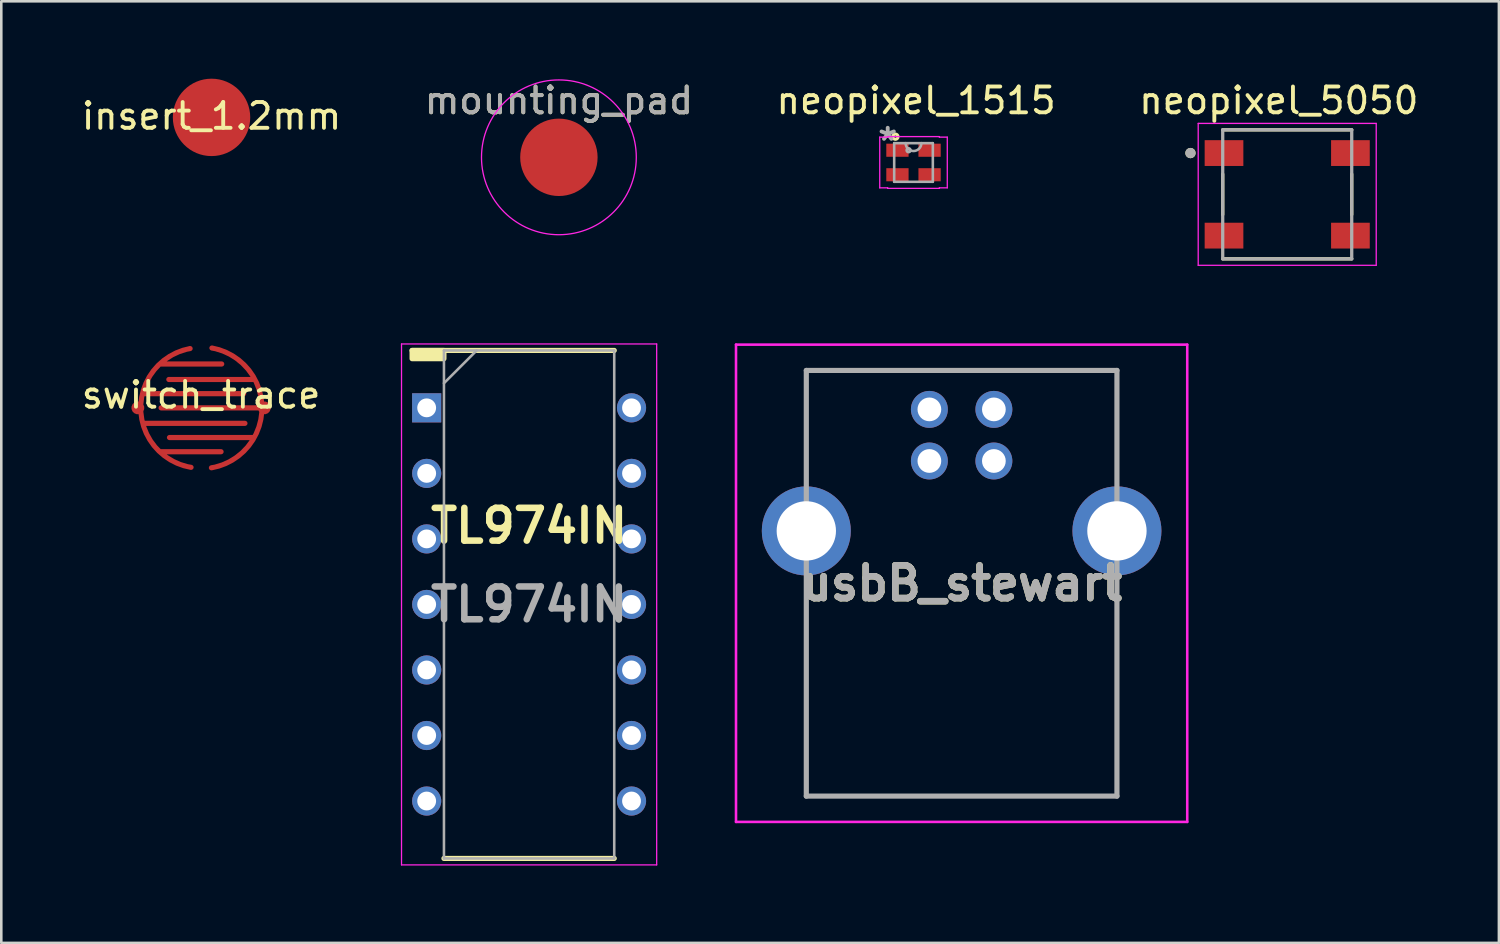
<source format=kicad_pcb>
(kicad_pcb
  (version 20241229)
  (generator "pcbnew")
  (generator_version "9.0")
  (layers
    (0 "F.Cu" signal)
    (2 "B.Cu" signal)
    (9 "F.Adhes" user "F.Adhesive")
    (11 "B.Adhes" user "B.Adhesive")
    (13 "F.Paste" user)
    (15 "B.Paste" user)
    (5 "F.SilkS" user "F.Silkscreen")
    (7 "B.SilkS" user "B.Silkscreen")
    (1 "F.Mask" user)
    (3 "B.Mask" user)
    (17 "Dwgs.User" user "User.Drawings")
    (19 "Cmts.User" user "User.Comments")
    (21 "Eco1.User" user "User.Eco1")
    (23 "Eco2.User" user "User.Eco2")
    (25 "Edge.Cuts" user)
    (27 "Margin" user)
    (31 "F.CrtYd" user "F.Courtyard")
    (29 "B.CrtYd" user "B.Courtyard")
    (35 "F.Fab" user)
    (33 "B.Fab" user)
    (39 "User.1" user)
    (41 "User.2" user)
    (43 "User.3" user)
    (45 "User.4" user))
  (footprint "insert_1.2mm"
    (layer "F.Cu")
    (at 5.149 1.5)
    (property "Reference" "insert_1.2mm" (at 0 -0.05 0) (unlocked yes) (layer "F.SilkS") (effects (font (size 1 1) (thickness 0.15))))
    (attr smd)
    (pad "1" smd circle (at 0 0) (size 3 3) (layers "F.Cu" "F.Mask")))
  (footprint "TL974IN"
    (layer "F.Cu")
    (at 17.458 20.378)
    (property "Reference" "TL974IN" (at 0 -3.048 0) (layer "F.SilkS") (effects (font (size 1.27 1.27) (thickness 0.254))))
    (attr through_hole)
    (fp_line (start -4.535 -9.845) (end 3.3 -9.845) (stroke (width 0.2) (type solid)) (layer "F.SilkS"))
    (fp_line (start -3.3 9.845) (end 3.3 9.845) (stroke (width 0.2) (type solid)) (layer "F.SilkS"))
    (fp_rect (start -4.535 -9.845) (end -3.302 -9.525) (stroke (width 0.2) (type solid)) (fill yes) (layer "F.SilkS"))
    (fp_line (start -4.945 -10.095) (end 4.945 -10.095) (stroke (width 0.05) (type solid)) (layer "F.CrtYd"))
    (fp_line (start -4.945 10.095) (end -4.945 -10.095) (stroke (width 0.05) (type solid)) (layer "F.CrtYd"))
    (fp_line (start 4.945 -10.095) (end 4.945 10.095) (stroke (width 0.05) (type solid)) (layer "F.CrtYd"))
    (fp_line (start 4.945 10.095) (end -4.945 10.095) (stroke (width 0.05) (type solid)) (layer "F.CrtYd"))
    (fp_line (start -3.3 -9.845) (end 3.3 -9.845) (stroke (width 0.1) (type solid)) (layer "F.Fab"))
    (fp_line (start -3.3 -8.575) (end -2.03 -9.845) (stroke (width 0.1) (type solid)) (layer "F.Fab"))
    (fp_line (start -3.3 9.845) (end -3.3 -9.845) (stroke (width 0.1) (type solid)) (layer "F.Fab"))
    (fp_line (start 3.3 -9.845) (end 3.3 9.845) (stroke (width 0.1) (type solid)) (layer "F.Fab"))
    (fp_line (start 3.3 9.845) (end -3.3 9.845) (stroke (width 0.1) (type solid)) (layer "F.Fab"))
    (fp_text user "${REFERENCE}" (at 0 0 0) (layer "F.Fab") (effects (font (size 1.27 1.27) (thickness 0.254))))
    (pad "1" thru_hole rect (at -3.97 -7.62) (size 1.13 1.13) (drill 0.73) (layers "*.Cu" "*.Mask"))
    (pad "2" thru_hole circle (at -3.97 -5.08) (size 1.13 1.13) (drill 0.73) (layers "*.Cu" "*.Mask"))
    (pad "3" thru_hole circle (at -3.97 -2.54) (size 1.13 1.13) (drill 0.73) (layers "*.Cu" "*.Mask"))
    (pad "4" thru_hole circle (at -3.97 0) (size 1.13 1.13) (drill 0.73) (layers "*.Cu" "*.Mask"))
    (pad "5" thru_hole circle (at -3.97 2.54) (size 1.13 1.13) (drill 0.73) (layers "*.Cu" "*.Mask"))
    (pad "6" thru_hole circle (at -3.97 5.08) (size 1.13 1.13) (drill 0.73) (layers "*.Cu" "*.Mask"))
    (pad "7" thru_hole circle (at -3.97 7.62) (size 1.13 1.13) (drill 0.73) (layers "*.Cu" "*.Mask"))
    (pad "8" thru_hole circle (at 3.97 7.62) (size 1.13 1.13) (drill 0.73) (layers "*.Cu" "*.Mask"))
    (pad "9" thru_hole circle (at 3.97 5.08) (size 1.13 1.13) (drill 0.73) (layers "*.Cu" "*.Mask"))
    (pad "10" thru_hole circle (at 3.97 2.54) (size 1.13 1.13) (drill 0.73) (layers "*.Cu" "*.Mask"))
    (pad "11" thru_hole circle (at 3.97 0) (size 1.13 1.13) (drill 0.73) (layers "*.Cu" "*.Mask"))
    (pad "12" thru_hole circle (at 3.97 -2.54) (size 1.13 1.13) (drill 0.73) (layers "*.Cu" "*.Mask"))
    (pad "13" thru_hole circle (at 3.97 -5.08) (size 1.13 1.13) (drill 0.73) (layers "*.Cu" "*.Mask"))
    (pad "14" thru_hole circle (at 3.97 -7.62) (size 1.13 1.13) (drill 0.73) (layers "*.Cu" "*.Mask")))
  (footprint "switch_trace"
    (layer "F.Cu")
    (at 4.744 12.759)
    (property "Reference" "switch_trace" (at 0 -0.5 0) (unlocked yes) (layer "F.SilkS") (effects (font (size 1 1) (thickness 0.15))))
    (attr smd allow_soldermask_bridges)
    (fp_circle (center 0 0) (end 2.501 0) (stroke (width 0) (type solid)) (fill yes) (layer "F.Mask"))
    (pad "1" smd custom (at -2.45 0) (size 0.5 0.5) (layers "F.Cu" "F.Mask") (options (anchor circle)) (primitives (gr_arc (start 2.062238 2.305514) (mid 0.112178 0.018476) (end 2.025845 -2.299098) (width 0.2)) (gr_line (start 4.15 0.6) (end 0.25 0.6) (width 0.2)) (gr_line (start 4.1 -0.55) (end 0.2 -0.55) (width 0.2)) (gr_line (start 3.25 -1.7) (end 0.9 -1.7) (width 0.2)) (gr_line (start 3.225 1.7) (end 0.875 1.7) (width 0.2))))
    (pad "2" smd custom (at 2.45 0) (size 0.5 0.5) (layers "F.Cu" "F.Mask") (options (anchor circle)) (primitives (gr_arc (start -2.031156 -2.319963) (mid -0.092551 0.009624) (end -2.050111 2.323305) (width 0.2)) (gr_line (start -0.1 0) (end -4 0) (width 0.2)) (gr_line (start -3.675 1.15) (end -0.425 1.15) (width 0.2)) (gr_line (start -3.7 -1.1) (end -0.45 -1.1) (width 0.2)))))
  (footprint "mounting_pad"
    (layer "F.Cu")
    (at 18.613 3.048)
    (property "Reference" "mounting_pad" (at 0 -2.2 0) (unlocked yes) (layer "F.SilkS") (effects (font (size 1 1) (thickness 0.15))))
    (attr smd)
    (fp_circle (center 0 0) (end 1.5 0) (stroke (width 0) (type solid)) (fill yes) (layer "F.Cu"))
    (fp_circle (center 0 0) (end 3 0) (stroke (width 0.05) (type solid)) (fill no) (layer "F.CrtYd"))
    (fp_text user "${REFERENCE}" (at 0 -2.2 0) (unlocked yes) (layer "F.Fab") (effects (font (size 1 1) (thickness 0.15)))))
  (footprint "neopixel_1515"
    (layer "F.Cu")
    (at 32.358 3.248)
    (property "Reference" "neopixel_1515" (at 0.1 -2.4 0) (layer "F.SilkS") (effects (font (size 1 1) (thickness 0.15))))
    (attr through_hole)
    (fp_circle (center -0.702 -1) (end -0.6 -1) (stroke (width 0.12) (type solid)) (fill no) (layer "F.SilkS"))
    (fp_line (start -1.309 -0.983) (end -1.003 -0.983) (stroke (width 0.05) (type solid)) (layer "F.CrtYd"))
    (fp_line (start -1.309 0.983) (end -1.309 -0.983) (stroke (width 0.05) (type solid)) (layer "F.CrtYd"))
    (fp_line (start -1.003 -1.003) (end 1.003 -1.003) (stroke (width 0.05) (type solid)) (layer "F.CrtYd"))
    (fp_line (start -1.003 -0.983) (end -1.003 -1.003) (stroke (width 0.05) (type solid)) (layer "F.CrtYd"))
    (fp_line (start -1.003 0.983) (end -1.309 0.983) (stroke (width 0.05) (type solid)) (layer "F.CrtYd"))
    (fp_line (start -1.003 1.003) (end -1.003 0.983) (stroke (width 0.05) (type solid)) (layer "F.CrtYd"))
    (fp_line (start 1.003 -1.003) (end 1.003 -0.983) (stroke (width 0.05) (type solid)) (layer "F.CrtYd"))
    (fp_line (start 1.003 -0.983) (end 1.309 -0.983) (stroke (width 0.05) (type solid)) (layer "F.CrtYd"))
    (fp_line (start 1.003 0.983) (end 1.003 1.003) (stroke (width 0.05) (type solid)) (layer "F.CrtYd"))
    (fp_line (start 1.003 1.003) (end -1.003 1.003) (stroke (width 0.05) (type solid)) (layer "F.CrtYd"))
    (fp_line (start 1.309 -0.983) (end 1.309 0.983) (stroke (width 0.05) (type solid)) (layer "F.CrtYd"))
    (fp_line (start 1.309 0.983) (end 1.003 0.983) (stroke (width 0.05) (type solid)) (layer "F.CrtYd"))
    (fp_line (start -0.749 -0.749) (end -0.749 0.749) (stroke (width 0.1) (type solid)) (layer "F.Fab"))
    (fp_line (start -0.749 0.749) (end 0.749 0.749) (stroke (width 0.1) (type solid)) (layer "F.Fab"))
    (fp_line (start 0.749 -0.749) (end -0.749 -0.749) (stroke (width 0.1) (type solid)) (layer "F.Fab"))
    (fp_line (start 0.749 0.749) (end 0.749 -0.749) (stroke (width 0.1) (type solid)) (layer "F.Fab"))
    (fp_arc (start 0.3048 -0.7493) (mid 0 -0.4445) (end -0.3048 -0.7493) (stroke (width 0.1) (type solid)) (layer "F.Fab"))
    (fp_circle (center -0.191 -0.475) (end -0.115 -0.475) (stroke (width 0.1) (type solid)) (fill no) (layer "F.Fab"))
    (fp_text user "*" (at -1 -0.8 0) (layer "F.Fab") (effects (font (size 1 1) (thickness 0.15))))
    (pad "1" smd rect (at -0.623 -0.475) (size 0.864 0.508) (layers "F.Cu" "F.Mask" "F.Paste"))
    (pad "2" smd rect (at -0.623 0.475) (size 0.864 0.508) (layers "F.Cu" "F.Mask" "F.Paste"))
    (pad "3" smd rect (at 0.623 0.475) (size 0.864 0.508) (layers "F.Cu" "F.Mask" "F.Paste"))
    (pad "4" smd rect (at 0.623 -0.475) (size 0.864 0.508) (layers "F.Cu" "F.Mask" "F.Paste")))
  (footprint "usbB_stewart"
    (layer "F.Cu")
    (at 32.973 12.818)
    (property "Reference" "usbB_stewart" (at 1.25 6.74 0) (layer "F.SilkS") (effects (font (size 1.27 1.27) (thickness 0.254))))
    (attr through_hole)
    (fp_line (start -4.77 -1.51) (end 7.25 -1.51) (stroke (width 0.1) (type solid)) (layer "F.SilkS"))
    (fp_line (start -4.77 2) (end -4.77 -1.51) (stroke (width 0.1) (type solid)) (layer "F.SilkS"))
    (fp_line (start -4.77 6.99) (end -4.77 14.99) (stroke (width 0.1) (type solid)) (layer "F.SilkS"))
    (fp_line (start -4.77 14.99) (end 7.25 14.99) (stroke (width 0.1) (type solid)) (layer "F.SilkS"))
    (fp_line (start 7.25 -1.51) (end 7.27 1.99) (stroke (width 0.1) (type solid)) (layer "F.SilkS"))
    (fp_line (start 7.25 14.99) (end 7.25 6.99) (stroke (width 0.1) (type solid)) (layer "F.SilkS"))
    (fp_line (start -7.495 -2.51) (end 9.995 -2.51) (stroke (width 0.1) (type solid)) (layer "F.CrtYd"))
    (fp_line (start -7.495 15.99) (end -7.495 -2.51) (stroke (width 0.1) (type solid)) (layer "F.CrtYd"))
    (fp_line (start 9.995 -2.51) (end 9.995 15.99) (stroke (width 0.1) (type solid)) (layer "F.CrtYd"))
    (fp_line (start 9.995 15.99) (end -7.495 15.99) (stroke (width 0.1) (type solid)) (layer "F.CrtYd"))
    (fp_line (start -4.77 -1.51) (end 7.27 -1.51) (stroke (width 0.2) (type solid)) (layer "F.Fab"))
    (fp_line (start -4.77 14.99) (end -4.77 -1.51) (stroke (width 0.2) (type solid)) (layer "F.Fab"))
    (fp_line (start 7.27 -1.51) (end 7.27 14.99) (stroke (width 0.2) (type solid)) (layer "F.Fab"))
    (fp_line (start 7.27 14.99) (end -4.77 14.99) (stroke (width 0.2) (type solid)) (layer "F.Fab"))
    (fp_text user "${REFERENCE}" (at 1.25 6.74 0) (layer "F.Fab") (effects (font (size 1.27 1.27) (thickness 0.254))))
    (pad "1" thru_hole circle (at 2.5 0) (size 1.431 1.431) (drill 0.92) (layers "*.Cu" "*.Mask"))
    (pad "2" thru_hole circle (at 0 0) (size 1.431 1.431) (drill 0.92) (layers "*.Cu" "*.Mask"))
    (pad "3" thru_hole circle (at 0 2) (size 1.431 1.431) (drill 0.92) (layers "*.Cu" "*.Mask"))
    (pad "4" thru_hole circle (at 2.5 2) (size 1.431 1.431) (drill 0.92) (layers "*.Cu" "*.Mask"))
    (pad "5" thru_hole circle (at -4.77 4.71) (size 3.45 3.45) (drill 2.3) (layers "*.Cu" "*.Mask"))
    (pad "6" thru_hole circle (at 7.27 4.71) (size 3.45 3.45) (drill 2.3) (layers "*.Cu" "*.Mask")))
  (footprint "neopixel_5050"
    (layer "F.Cu")
    (at 46.843 4.483)
    (property "Reference" "neopixel_5050" (at -0.325 -3.635 0) (layer "F.SilkS") (effects (font (size 1 1) (thickness 0.15))))
    (attr through_hole)
    (fp_line (start -2.5 0.786) (end -2.5 -0.786) (stroke (width 0.127) (type solid)) (layer "F.SilkS"))
    (fp_line (start -2.5 2.5) (end 2.5 2.5) (stroke (width 0.127) (type solid)) (layer "F.SilkS"))
    (fp_line (start 2.5 -2.5) (end -2.5 -2.5) (stroke (width 0.127) (type solid)) (layer "F.SilkS"))
    (fp_line (start 2.5 0.786) (end 2.5 -0.786) (stroke (width 0.127) (type solid)) (layer "F.SilkS"))
    (fp_circle (center -3.75 -1.6) (end -3.65 -1.6) (stroke (width 0.2) (type solid)) (fill no) (layer "F.SilkS"))
    (fp_line (start -3.45 -2.75) (end 3.45 -2.75) (stroke (width 0.05) (type solid)) (layer "F.CrtYd"))
    (fp_line (start -3.45 2.75) (end -3.45 -2.75) (stroke (width 0.05) (type solid)) (layer "F.CrtYd"))
    (fp_line (start 3.45 -2.75) (end 3.45 2.75) (stroke (width 0.05) (type solid)) (layer "F.CrtYd"))
    (fp_line (start 3.45 2.75) (end -3.45 2.75) (stroke (width 0.05) (type solid)) (layer "F.CrtYd"))
    (fp_line (start -2.5 -2.5) (end -2.5 2.5) (stroke (width 0.127) (type solid)) (layer "F.Fab"))
    (fp_line (start -2.5 2.5) (end 2.5 2.5) (stroke (width 0.127) (type solid)) (layer "F.Fab"))
    (fp_line (start 2.5 -2.5) (end -2.5 -2.5) (stroke (width 0.127) (type solid)) (layer "F.Fab"))
    (fp_line (start 2.5 2.5) (end 2.5 -2.5) (stroke (width 0.127) (type solid)) (layer "F.Fab"))
    (fp_circle (center -3.75 -1.6) (end -3.65 -1.6) (stroke (width 0.2) (type solid)) (fill no) (layer "F.Fab"))
    (pad "1" smd rect (at -2.45 -1.6 90) (size 1 1.5) (layers "F.Cu" "F.Mask" "F.Paste"))
    (pad "2" smd rect (at -2.45 1.6 90) (size 1 1.5) (layers "F.Cu" "F.Mask" "F.Paste"))
    (pad "3" smd rect (at 2.45 1.6 90) (size 1 1.5) (layers "F.Cu" "F.Mask" "F.Paste"))
    (pad "4" smd rect (at 2.45 -1.6 90) (size 1 1.5) (layers "F.Cu" "F.Mask" "F.Paste")))
  (gr_rect
    (start -3 -3)
    (end 55.048 33.498)
    (stroke (width 0.1) (type default))
    (fill no)
    (layer "Edge.Cuts")))
</source>
